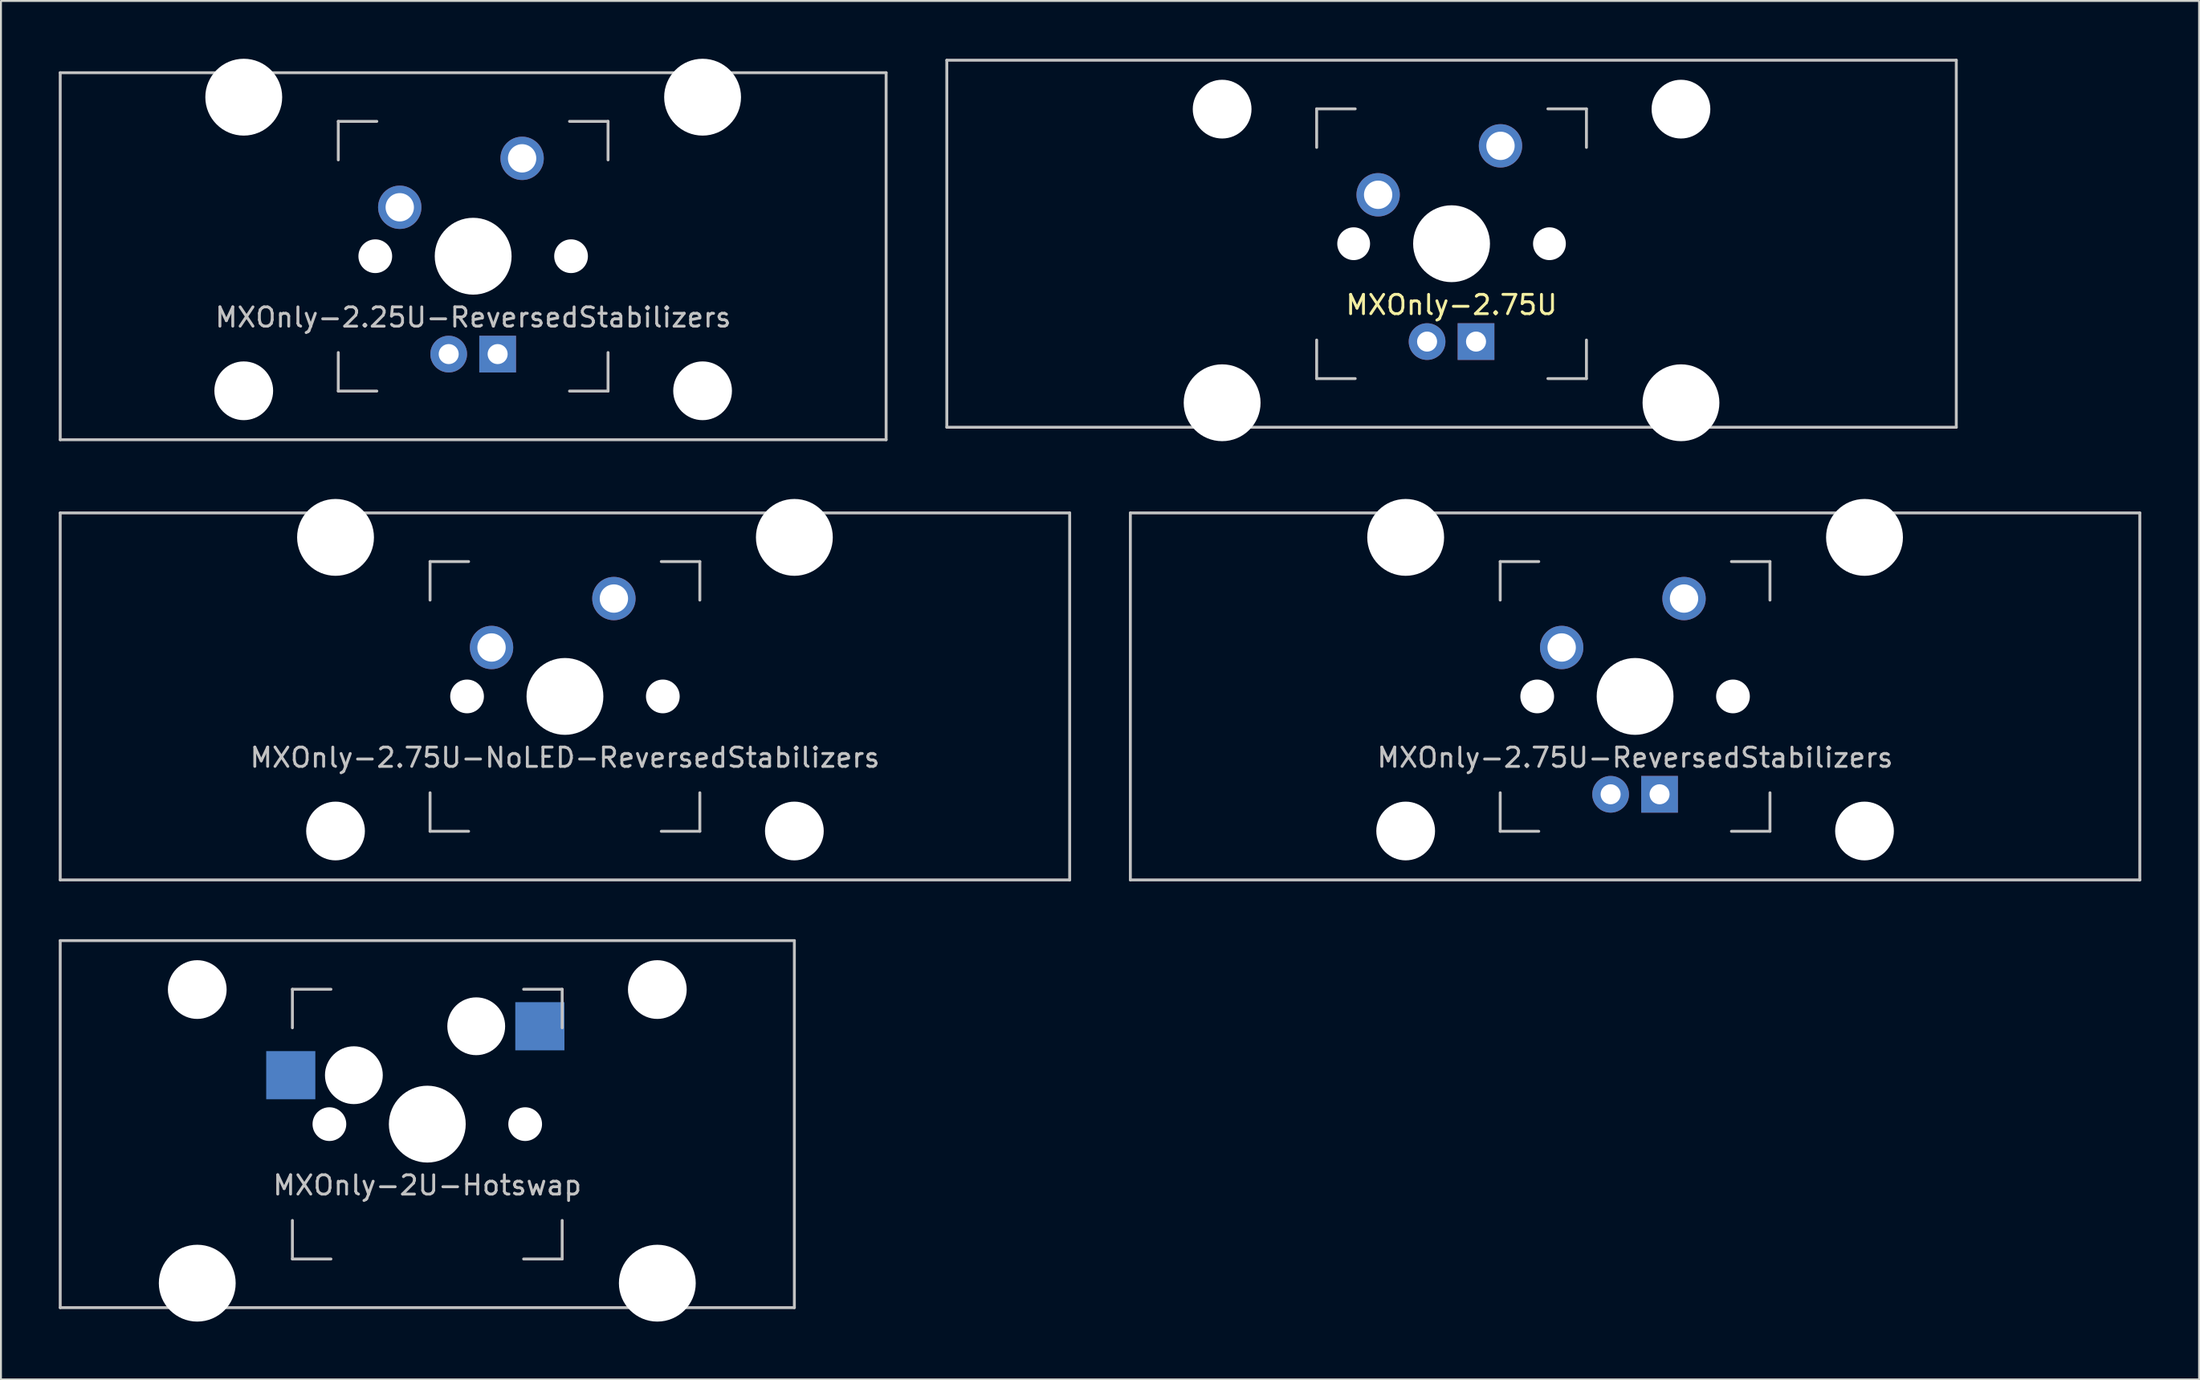
<source format=kicad_pcb>
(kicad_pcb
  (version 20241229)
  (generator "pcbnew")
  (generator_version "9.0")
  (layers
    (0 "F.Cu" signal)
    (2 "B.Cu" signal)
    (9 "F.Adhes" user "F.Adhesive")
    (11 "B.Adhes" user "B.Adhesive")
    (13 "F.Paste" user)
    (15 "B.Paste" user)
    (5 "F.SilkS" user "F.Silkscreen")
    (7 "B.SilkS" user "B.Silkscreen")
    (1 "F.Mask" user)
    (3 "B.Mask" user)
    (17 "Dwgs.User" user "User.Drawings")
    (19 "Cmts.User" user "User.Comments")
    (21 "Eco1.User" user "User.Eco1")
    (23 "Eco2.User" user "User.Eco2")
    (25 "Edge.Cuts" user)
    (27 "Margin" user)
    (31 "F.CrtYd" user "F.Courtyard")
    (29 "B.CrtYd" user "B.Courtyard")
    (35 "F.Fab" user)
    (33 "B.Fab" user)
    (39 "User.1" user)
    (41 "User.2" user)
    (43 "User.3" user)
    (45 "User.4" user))
  (footprint "MXOnly-2.75U-NoLED-ReversedStabilizers"
    (layer "F.Cu")
    (at 26.269 33.098)
    (property "Reference" "MXOnly-2.75U-NoLED-ReversedStabilizers" (at 0 3.175 0) (layer "Dwgs.User") (effects (font (size 1 1) (thickness 0.15))))
    (attr through_hole)
    (fp_line (start -26.194 -9.525) (end 26.194 -9.525) (stroke (width 0.15) (type solid)) (layer "Dwgs.User"))
    (fp_line (start -26.194 9.525) (end -26.194 -9.525) (stroke (width 0.15) (type solid)) (layer "Dwgs.User"))
    (fp_line (start -26.194 9.525) (end 26.194 9.525) (stroke (width 0.15) (type solid)) (layer "Dwgs.User"))
    (fp_line (start -7 -7) (end -7 -5) (stroke (width 0.15) (type solid)) (layer "Dwgs.User"))
    (fp_line (start -7 5) (end -7 7) (stroke (width 0.15) (type solid)) (layer "Dwgs.User"))
    (fp_line (start -7 7) (end -5 7) (stroke (width 0.15) (type solid)) (layer "Dwgs.User"))
    (fp_line (start -5 -7) (end -7 -7) (stroke (width 0.15) (type solid)) (layer "Dwgs.User"))
    (fp_line (start 5 -7) (end 7 -7) (stroke (width 0.15) (type solid)) (layer "Dwgs.User"))
    (fp_line (start 5 7) (end 7 7) (stroke (width 0.15) (type solid)) (layer "Dwgs.User"))
    (fp_line (start 7 -7) (end 7 -5) (stroke (width 0.15) (type solid)) (layer "Dwgs.User"))
    (fp_line (start 7 7) (end 7 5) (stroke (width 0.15) (type solid)) (layer "Dwgs.User"))
    (fp_line (start 26.194 -9.525) (end 26.194 9.525) (stroke (width 0.15) (type solid)) (layer "Dwgs.User"))
    (pad "" np_thru_hole circle (at -11.906 -8.255) (size 3.988 3.988) (drill 3.988) (layers "*.Cu" "*.Mask"))
    (pad "" np_thru_hole circle (at -11.906 6.985) (size 3.048 3.048) (drill 3.048) (layers "*.Cu" "*.Mask"))
    (pad "" np_thru_hole circle (at -5.08 0 48.1) (size 1.75 1.75) (drill 1.75) (layers "*.Cu" "*.Mask"))
    (pad "" np_thru_hole circle (at 0 0) (size 3.988 3.988) (drill 3.988) (layers "*.Cu" "*.Mask"))
    (pad "" np_thru_hole circle (at 5.08 0 48.1) (size 1.75 1.75) (drill 1.75) (layers "*.Cu" "*.Mask"))
    (pad "" np_thru_hole circle (at 11.906 -8.255) (size 3.988 3.988) (drill 3.988) (layers "*.Cu" "*.Mask"))
    (pad "" np_thru_hole circle (at 11.906 6.985) (size 3.048 3.048) (drill 3.048) (layers "*.Cu" "*.Mask"))
    (pad "1" thru_hole circle (at -3.81 -2.54) (size 2.25 2.25) (drill 1.47) (layers "*.Cu" "B.Mask"))
    (pad "2" thru_hole circle (at 2.54 -5.08) (size 2.25 2.25) (drill 1.47) (layers "*.Cu" "B.Mask")))
  (footprint "MXOnly-2.25U-ReversedStabilizers"
    (layer "F.Cu")
    (at 21.506 10.249)
    (property "Reference" "MXOnly-2.25U-ReversedStabilizers" (at 0 3.175 0) (layer "Dwgs.User") (effects (font (size 1 1) (thickness 0.15))))
    (attr through_hole)
    (fp_line (start -21.431 -9.525) (end 21.431 -9.525) (stroke (width 0.15) (type solid)) (layer "Dwgs.User"))
    (fp_line (start -21.431 9.525) (end -21.431 -9.525) (stroke (width 0.15) (type solid)) (layer "Dwgs.User"))
    (fp_line (start -21.431 9.525) (end 21.431 9.525) (stroke (width 0.15) (type solid)) (layer "Dwgs.User"))
    (fp_line (start -7 -7) (end -7 -5) (stroke (width 0.15) (type solid)) (layer "Dwgs.User"))
    (fp_line (start -7 5) (end -7 7) (stroke (width 0.15) (type solid)) (layer "Dwgs.User"))
    (fp_line (start -7 7) (end -5 7) (stroke (width 0.15) (type solid)) (layer "Dwgs.User"))
    (fp_line (start -5 -7) (end -7 -7) (stroke (width 0.15) (type solid)) (layer "Dwgs.User"))
    (fp_line (start 5 -7) (end 7 -7) (stroke (width 0.15) (type solid)) (layer "Dwgs.User"))
    (fp_line (start 5 7) (end 7 7) (stroke (width 0.15) (type solid)) (layer "Dwgs.User"))
    (fp_line (start 7 -7) (end 7 -5) (stroke (width 0.15) (type solid)) (layer "Dwgs.User"))
    (fp_line (start 7 7) (end 7 5) (stroke (width 0.15) (type solid)) (layer "Dwgs.User"))
    (fp_line (start 21.431 -9.525) (end 21.431 9.525) (stroke (width 0.15) (type solid)) (layer "Dwgs.User"))
    (pad "" np_thru_hole circle (at -11.906 -8.255) (size 3.988 3.988) (drill 3.988) (layers "*.Cu" "*.Mask"))
    (pad "" np_thru_hole circle (at -11.906 6.985) (size 3.048 3.048) (drill 3.048) (layers "*.Cu" "*.Mask"))
    (pad "" np_thru_hole circle (at -5.08 0 48.1) (size 1.75 1.75) (drill 1.75) (layers "*.Cu" "*.Mask"))
    (pad "" np_thru_hole circle (at 0 0) (size 3.988 3.988) (drill 3.988) (layers "*.Cu" "*.Mask"))
    (pad "" np_thru_hole circle (at 5.08 0 48.1) (size 1.75 1.75) (drill 1.75) (layers "*.Cu" "*.Mask"))
    (pad "" np_thru_hole circle (at 11.906 -8.255) (size 3.988 3.988) (drill 3.988) (layers "*.Cu" "*.Mask"))
    (pad "" np_thru_hole circle (at 11.906 6.985) (size 3.048 3.048) (drill 3.048) (layers "*.Cu" "*.Mask"))
    (pad "1" thru_hole circle (at -3.81 -2.54) (size 2.25 2.25) (drill 1.47) (layers "*.Cu" "B.Mask"))
    (pad "2" thru_hole circle (at 2.54 -5.08) (size 2.25 2.25) (drill 1.47) (layers "*.Cu" "B.Mask"))
    (pad "3" thru_hole circle (at -1.27 5.08) (size 1.905 1.905) (drill 1.04) (layers "*.Cu" "B.Mask"))
    (pad "4" thru_hole rect (at 1.27 5.08) (size 1.905 1.905) (drill 1.04) (layers "*.Cu" "B.Mask")))
  (footprint "MXOnly-2.75U-ReversedStabilizers"
    (layer "F.Cu")
    (at 81.806 33.098)
    (property "Reference" "MXOnly-2.75U-ReversedStabilizers" (at 0 3.175 0) (layer "Dwgs.User") (effects (font (size 1 1) (thickness 0.15))))
    (attr through_hole)
    (fp_line (start -26.194 -9.525) (end 26.194 -9.525) (stroke (width 0.15) (type solid)) (layer "Dwgs.User"))
    (fp_line (start -26.194 9.525) (end -26.194 -9.525) (stroke (width 0.15) (type solid)) (layer "Dwgs.User"))
    (fp_line (start -26.194 9.525) (end 26.194 9.525) (stroke (width 0.15) (type solid)) (layer "Dwgs.User"))
    (fp_line (start -7 -7) (end -7 -5) (stroke (width 0.15) (type solid)) (layer "Dwgs.User"))
    (fp_line (start -7 5) (end -7 7) (stroke (width 0.15) (type solid)) (layer "Dwgs.User"))
    (fp_line (start -7 7) (end -5 7) (stroke (width 0.15) (type solid)) (layer "Dwgs.User"))
    (fp_line (start -5 -7) (end -7 -7) (stroke (width 0.15) (type solid)) (layer "Dwgs.User"))
    (fp_line (start 5 -7) (end 7 -7) (stroke (width 0.15) (type solid)) (layer "Dwgs.User"))
    (fp_line (start 5 7) (end 7 7) (stroke (width 0.15) (type solid)) (layer "Dwgs.User"))
    (fp_line (start 7 -7) (end 7 -5) (stroke (width 0.15) (type solid)) (layer "Dwgs.User"))
    (fp_line (start 7 7) (end 7 5) (stroke (width 0.15) (type solid)) (layer "Dwgs.User"))
    (fp_line (start 26.194 -9.525) (end 26.194 9.525) (stroke (width 0.15) (type solid)) (layer "Dwgs.User"))
    (pad "" np_thru_hole circle (at -11.906 -8.255) (size 3.988 3.988) (drill 3.988) (layers "*.Cu" "*.Mask"))
    (pad "" np_thru_hole circle (at -11.906 6.985) (size 3.048 3.048) (drill 3.048) (layers "*.Cu" "*.Mask"))
    (pad "" np_thru_hole circle (at -5.08 0 48.1) (size 1.75 1.75) (drill 1.75) (layers "*.Cu" "*.Mask"))
    (pad "" np_thru_hole circle (at 0 0) (size 3.988 3.988) (drill 3.988) (layers "*.Cu" "*.Mask"))
    (pad "" np_thru_hole circle (at 5.08 0 48.1) (size 1.75 1.75) (drill 1.75) (layers "*.Cu" "*.Mask"))
    (pad "" np_thru_hole circle (at 11.906 -8.255) (size 3.988 3.988) (drill 3.988) (layers "*.Cu" "*.Mask"))
    (pad "" np_thru_hole circle (at 11.906 6.985) (size 3.048 3.048) (drill 3.048) (layers "*.Cu" "*.Mask"))
    (pad "1" thru_hole circle (at -3.81 -2.54) (size 2.25 2.25) (drill 1.47) (layers "*.Cu" "B.Mask"))
    (pad "2" thru_hole circle (at 2.54 -5.08) (size 2.25 2.25) (drill 1.47) (layers "*.Cu" "B.Mask"))
    (pad "3" thru_hole circle (at -1.27 5.08) (size 1.905 1.905) (drill 1.04) (layers "*.Cu" "B.Mask"))
    (pad "4" thru_hole rect (at 1.27 5.08) (size 1.905 1.905) (drill 1.04) (layers "*.Cu" "B.Mask")))
  (footprint "MXOnly-2U-Hotswap"
    (layer "F.Cu")
    (at 19.125 55.298)
    (property "Reference" "MXOnly-2U-Hotswap" (at 0 3.175 0) (layer "Dwgs.User") (effects (font (size 1 1) (thickness 0.15))))
    (attr through_hole)
    (fp_line (start -19.05 -9.525) (end 19.05 -9.525) (stroke (width 0.15) (type solid)) (layer "Dwgs.User"))
    (fp_line (start -19.05 9.525) (end -19.05 -9.525) (stroke (width 0.15) (type solid)) (layer "Dwgs.User"))
    (fp_line (start -7 -7) (end -7 -5) (stroke (width 0.15) (type solid)) (layer "Dwgs.User"))
    (fp_line (start -7 5) (end -7 7) (stroke (width 0.15) (type solid)) (layer "Dwgs.User"))
    (fp_line (start -7 7) (end -5 7) (stroke (width 0.15) (type solid)) (layer "Dwgs.User"))
    (fp_line (start -5 -7) (end -7 -7) (stroke (width 0.15) (type solid)) (layer "Dwgs.User"))
    (fp_line (start 5 -7) (end 7 -7) (stroke (width 0.15) (type solid)) (layer "Dwgs.User"))
    (fp_line (start 5 7) (end 7 7) (stroke (width 0.15) (type solid)) (layer "Dwgs.User"))
    (fp_line (start 7 -7) (end 7 -5) (stroke (width 0.15) (type solid)) (layer "Dwgs.User"))
    (fp_line (start 7 7) (end 7 5) (stroke (width 0.15) (type solid)) (layer "Dwgs.User"))
    (fp_line (start 19.05 -9.525) (end 19.05 9.525) (stroke (width 0.15) (type solid)) (layer "Dwgs.User"))
    (fp_line (start 19.05 9.525) (end -19.05 9.525) (stroke (width 0.15) (type solid)) (layer "Dwgs.User"))
    (pad "" np_thru_hole circle (at -11.938 -6.985) (size 3.048 3.048) (drill 3.048) (layers "*.Cu" "*.Mask"))
    (pad "" np_thru_hole circle (at -11.938 8.255) (size 3.988 3.988) (drill 3.988) (layers "*.Cu" "*.Mask"))
    (pad "" np_thru_hole circle (at -5.08 0 48.1) (size 1.75 1.75) (drill 1.75) (layers "*.Cu" "*.Mask"))
    (pad "" np_thru_hole circle (at -3.81 -2.54) (size 3 3) (drill 3) (layers "*.Cu" "*.Mask"))
    (pad "" np_thru_hole circle (at 0 0) (size 3.988 3.988) (drill 3.988) (layers "*.Cu" "*.Mask"))
    (pad "" np_thru_hole circle (at 2.54 -5.08) (size 3 3) (drill 3) (layers "*.Cu" "*.Mask"))
    (pad "" np_thru_hole circle (at 5.08 0 48.1) (size 1.75 1.75) (drill 1.75) (layers "*.Cu" "*.Mask"))
    (pad "" np_thru_hole circle (at 11.938 -6.985) (size 3.048 3.048) (drill 3.048) (layers "*.Cu" "*.Mask"))
    (pad "" np_thru_hole circle (at 11.938 8.255) (size 3.988 3.988) (drill 3.988) (layers "*.Cu" "*.Mask"))
    (pad "1" smd rect (at -7.085 -2.54) (size 2.55 2.5) (layers "B.Cu" "B.Mask" "B.Paste"))
    (pad "2" smd rect (at 5.842 -5.08) (size 2.55 2.5) (layers "B.Cu" "B.Mask" "B.Paste")))
  (footprint "MXOnly-2.75U"
    (layer "F.Cu")
    (at 72.281 9.6)
    (property "Reference" "MXOnly-2.75U" (at 0 3.175 0) (layer "F.SilkS") (effects (font (size 1 1) (thickness 0.15))))
    (attr through_hole)
    (fp_line (start -26.194 -9.525) (end 26.194 -9.525) (stroke (width 0.15) (type solid)) (layer "Dwgs.User"))
    (fp_line (start -26.194 9.525) (end -26.194 -9.525) (stroke (width 0.15) (type solid)) (layer "Dwgs.User"))
    (fp_line (start -26.194 9.525) (end 26.194 9.525) (stroke (width 0.15) (type solid)) (layer "Dwgs.User"))
    (fp_line (start -7 -7) (end -7 -5) (stroke (width 0.15) (type solid)) (layer "Dwgs.User"))
    (fp_line (start -7 5) (end -7 7) (stroke (width 0.15) (type solid)) (layer "Dwgs.User"))
    (fp_line (start -7 7) (end -5 7) (stroke (width 0.15) (type solid)) (layer "Dwgs.User"))
    (fp_line (start -5 -7) (end -7 -7) (stroke (width 0.15) (type solid)) (layer "Dwgs.User"))
    (fp_line (start 5 -7) (end 7 -7) (stroke (width 0.15) (type solid)) (layer "Dwgs.User"))
    (fp_line (start 5 7) (end 7 7) (stroke (width 0.15) (type solid)) (layer "Dwgs.User"))
    (fp_line (start 7 -7) (end 7 -5) (stroke (width 0.15) (type solid)) (layer "Dwgs.User"))
    (fp_line (start 7 7) (end 7 5) (stroke (width 0.15) (type solid)) (layer "Dwgs.User"))
    (fp_line (start 26.194 -9.525) (end 26.194 9.525) (stroke (width 0.15) (type solid)) (layer "Dwgs.User"))
    (pad "" np_thru_hole circle (at -11.906 -6.985) (size 3.048 3.048) (drill 3.048) (layers "*.Cu" "*.Mask"))
    (pad "" np_thru_hole circle (at -11.906 8.255) (size 3.988 3.988) (drill 3.988) (layers "*.Cu" "*.Mask"))
    (pad "" np_thru_hole circle (at -5.08 0 48.1) (size 1.702 1.702) (drill 1.702) (layers "*.Cu" "*.Mask"))
    (pad "" np_thru_hole circle (at 0 0) (size 3.988 3.988) (drill 3.988) (layers "*.Cu" "*.Mask"))
    (pad "" np_thru_hole circle (at 5.08 0 48.1) (size 1.702 1.702) (drill 1.702) (layers "*.Cu" "*.Mask"))
    (pad "" np_thru_hole circle (at 11.906 -6.985) (size 3.048 3.048) (drill 3.048) (layers "*.Cu" "*.Mask"))
    (pad "" np_thru_hole circle (at 11.906 8.255) (size 3.988 3.988) (drill 3.988) (layers "*.Cu" "*.Mask"))
    (pad "1" thru_hole circle (at -3.81 -2.54) (size 2.25 2.25) (drill 1.47) (layers "*.Cu" "*.Mask"))
    (pad "2" thru_hole circle (at 2.54 -5.08) (size 2.25 2.25) (drill 1.47) (layers "*.Cu" "*.Mask"))
    (pad "3" thru_hole circle (at -1.27 5.08) (size 1.905 1.905) (drill 1.04) (layers "*.Cu" "*.Mask"))
    (pad "4" thru_hole rect (at 1.27 5.08) (size 1.905 1.905) (drill 1.04) (layers "*.Cu" "*.Mask")))
  (gr_rect
    (start -3 -3)
    (end 111.075 68.547)
    (stroke (width 0.1) (type default))
    (fill no)
    (layer "Edge.Cuts")))
</source>
